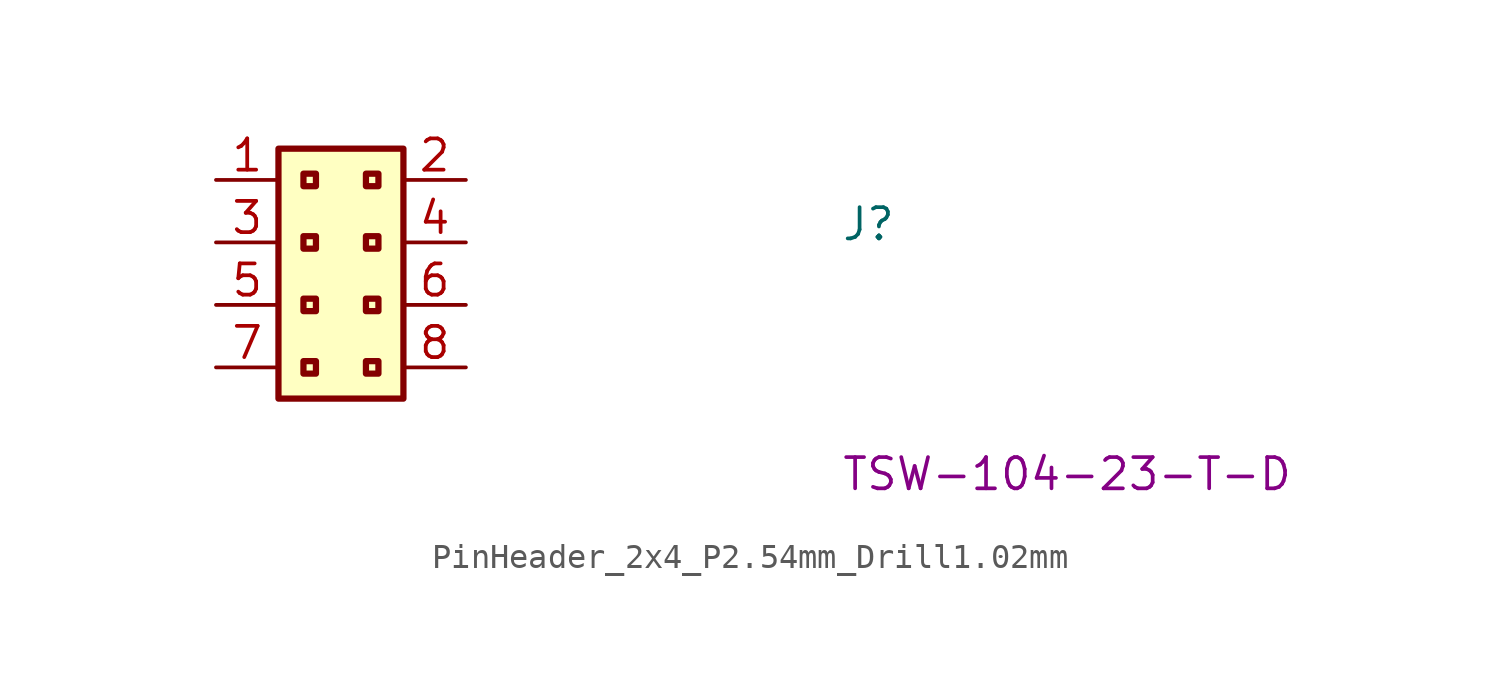
<source format=kicad_sym>
(kicad_symbol_lib
  (version 20220914)
  (generator kicad_symbol_editor)
  (symbol "PinHeader_2x4_P2.54mm_Drill1.02mm"
    (property "Reference" "J"
      (at 25.4 -2.54 0)
      (effects (font (size 1.27 1.27) (thickness 0.15)) (justify left bottom)))
    (property "MPN" "TSW-104-23-T-D"
      (at 25.4 -12.7 0)
      (effects (font (size 1.27 1.27) (thickness 0.15)) (justify left bottom)))
    (symbol "PinHeader_2x4_P2.54mm_Drill1.02mm_1_1"
      (rectangle (start 2.54 1.27) (end 7.62 -8.89) (stroke (width 0.254) (type default)) (fill (type background)))
      (rectangle (start 3.556 -7.366) (end 4.064 -7.874) (stroke (width 0.254) (type default)) (fill (type background)))
      (rectangle (start 3.556 -4.826) (end 4.064 -5.334) (stroke (width 0.254) (type default)) (fill (type background)))
      (rectangle (start 3.556 -2.286) (end 4.064 -2.794) (stroke (width 0.254) (type default)) (fill (type background)))
      (rectangle (start 3.556 0.254) (end 4.064 -0.254) (stroke (width 0.254) (type default)) (fill (type background)))
      (rectangle (start 6.096 -7.366) (end 6.604 -7.874) (stroke (width 0.254) (type default)) (fill (type background)))
      (rectangle (start 6.096 -4.826) (end 6.604 -5.334) (stroke (width 0.254) (type default)) (fill (type background)))
      (rectangle (start 6.096 -2.286) (end 6.604 -2.794) (stroke (width 0.254) (type default)) (fill (type background)))
      (rectangle (start 6.096 0.254) (end 6.604 -0.254) (stroke (width 0.254) (type default)) (fill (type background)))
      (pin passive line (at 0 0 0) (length 2.54) (name "~" (effects (font (size 1.27 1.27)))) (number "1" (effects (font (size 1.27 1.27)))))
      (pin passive line (at 10.16 0 180) (length 2.54) (name "~" (effects (font (size 1.27 1.27)))) (number "2" (effects (font (size 1.27 1.27)))))
      (pin passive line (at 0 -2.54 0) (length 2.54) (name "~" (effects (font (size 1.27 1.27)))) (number "3" (effects (font (size 1.27 1.27)))))
      (pin passive line (at 10.16 -2.54 180) (length 2.54) (name "~" (effects (font (size 1.27 1.27)))) (number "4" (effects (font (size 1.27 1.27)))))
      (pin passive line (at 0 -5.08 0) (length 2.54) (name "~" (effects (font (size 1.27 1.27)))) (number "5" (effects (font (size 1.27 1.27)))))
      (pin passive line (at 10.16 -5.08 180) (length 2.54) (name "~" (effects (font (size 1.27 1.27)))) (number "6" (effects (font (size 1.27 1.27)))))
      (pin passive line (at 0 -7.62 0) (length 2.54) (name "~" (effects (font (size 1.27 1.27)))) (number "7" (effects (font (size 1.27 1.27)))))
      (pin passive line (at 10.16 -7.62 180) (length 2.54) (name "~" (effects (font (size 1.27 1.27)))) (number "8" (effects (font (size 1.27 1.27))))))))
</source>
